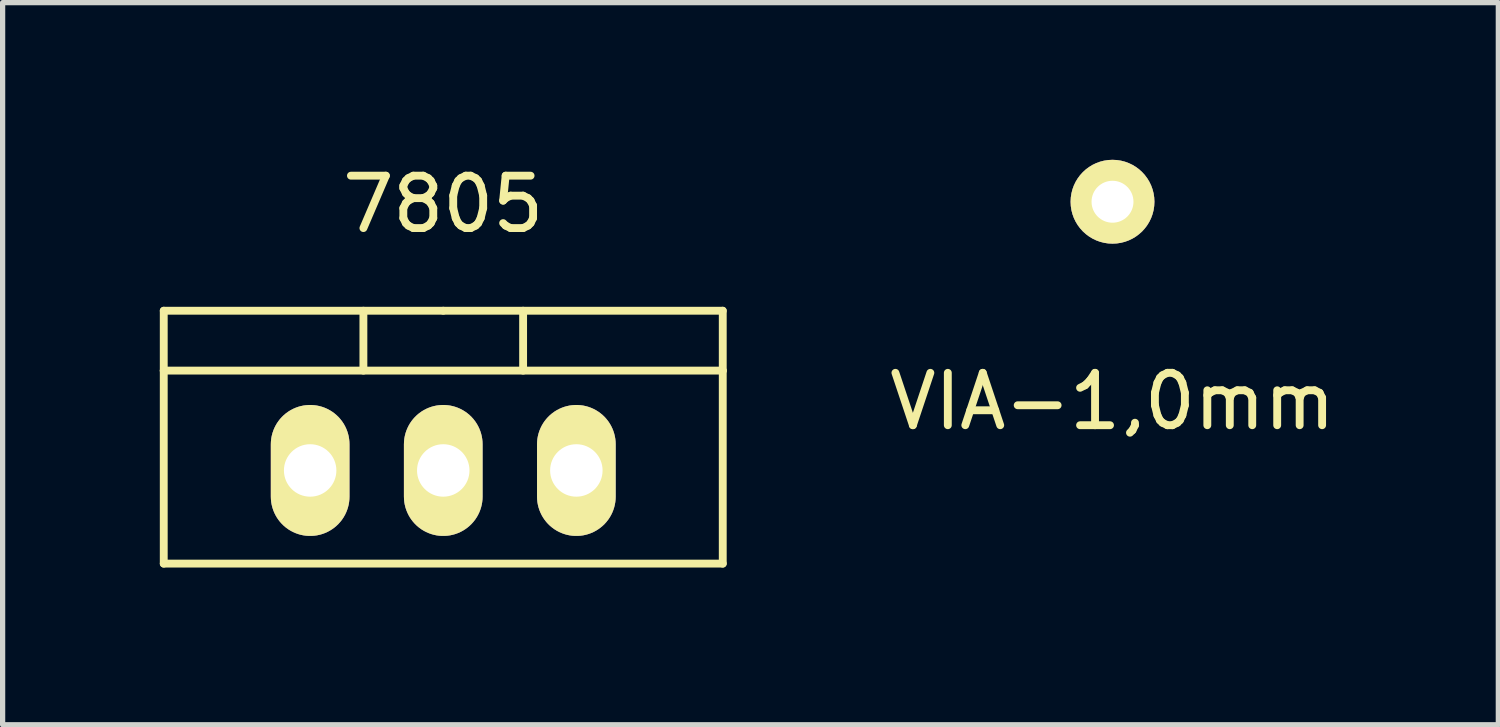
<source format=kicad_pcb>
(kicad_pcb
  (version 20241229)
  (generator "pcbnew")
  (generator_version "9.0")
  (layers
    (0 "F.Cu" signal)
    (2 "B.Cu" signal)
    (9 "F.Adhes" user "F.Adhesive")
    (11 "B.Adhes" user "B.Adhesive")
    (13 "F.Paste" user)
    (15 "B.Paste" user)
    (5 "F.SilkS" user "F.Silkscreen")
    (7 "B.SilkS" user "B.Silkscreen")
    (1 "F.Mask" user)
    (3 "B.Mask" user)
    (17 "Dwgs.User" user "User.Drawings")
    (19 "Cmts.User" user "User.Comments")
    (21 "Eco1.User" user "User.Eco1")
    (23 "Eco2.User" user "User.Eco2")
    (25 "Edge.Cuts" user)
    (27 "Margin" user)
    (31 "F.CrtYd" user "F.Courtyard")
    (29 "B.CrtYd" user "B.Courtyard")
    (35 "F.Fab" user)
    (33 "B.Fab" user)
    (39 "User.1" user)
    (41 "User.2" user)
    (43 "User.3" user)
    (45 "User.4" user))
  (footprint "VIA-1,0mm"
    (layer "F.Cu")
    (at 18.181 0.8)
    (property "Reference" "VIA-1,0mm" (at 0 3.81 0) (layer "F.SilkS") (effects (font (size 1 1) (thickness 0.15))))
    (attr through_hole)
    (pad "1" thru_hole circle (at 0 0) (size 1.6 1.6) (drill 0.8) (layers "*.Cu" "*.Mask" "F.SilkS")))
  (footprint "7805"
    (layer "F.Cu")
    (at 5.409 5.928)
    (property "Reference" "7805" (at 0 -5.08 0) (layer "F.SilkS") (effects (font (size 1 1) (thickness 0.15))))
    (attr through_hole)
    (fp_line (start -5.334 -1.905) (end -5.334 -3.048) (stroke (width 0.15) (type solid)) (layer "F.SilkS"))
    (fp_line (start -5.334 1.778) (end -5.334 -1.905) (stroke (width 0.15) (type solid)) (layer "F.SilkS"))
    (fp_line (start -1.524 -3.048) (end -1.524 -1.905) (stroke (width 0.15) (type solid)) (layer "F.SilkS"))
    (fp_line (start 0 -3.048) (end -5.334 -3.048) (stroke (width 0.15) (type solid)) (layer "F.SilkS"))
    (fp_line (start 0 -3.048) (end 5.334 -3.048) (stroke (width 0.15) (type solid)) (layer "F.SilkS"))
    (fp_line (start 1.524 -3.048) (end 1.524 -1.905) (stroke (width 0.15) (type solid)) (layer "F.SilkS"))
    (fp_line (start 5.334 -3.048) (end 5.334 -1.905) (stroke (width 0.15) (type solid)) (layer "F.SilkS"))
    (fp_line (start 5.334 -1.905) (end -5.334 -1.905) (stroke (width 0.15) (type solid)) (layer "F.SilkS"))
    (fp_line (start 5.334 -1.905) (end 5.334 1.778) (stroke (width 0.15) (type solid)) (layer "F.SilkS"))
    (fp_line (start 5.334 1.778) (end -5.334 1.778) (stroke (width 0.15) (type solid)) (layer "F.SilkS"))
    (pad "GND" thru_hole oval (at 0 0 90) (size 2.499 1.501) (drill 1.001) (layers "*.Cu" "*.Mask" "F.SilkS"))
    (pad "VI" thru_hole oval (at -2.54 0 90) (size 2.499 1.501) (drill 1.001) (layers "*.Cu" "*.Mask" "F.SilkS"))
    (pad "VO" thru_hole oval (at 2.54 0 90) (size 2.499 1.501) (drill 1.001) (layers "*.Cu" "*.Mask" "F.SilkS")))
  (gr_rect
    (start -3 -3)
    (end 25.544 10.781)
    (stroke (width 0.1) (type default))
    (fill no)
    (layer "Edge.Cuts")))
</source>
